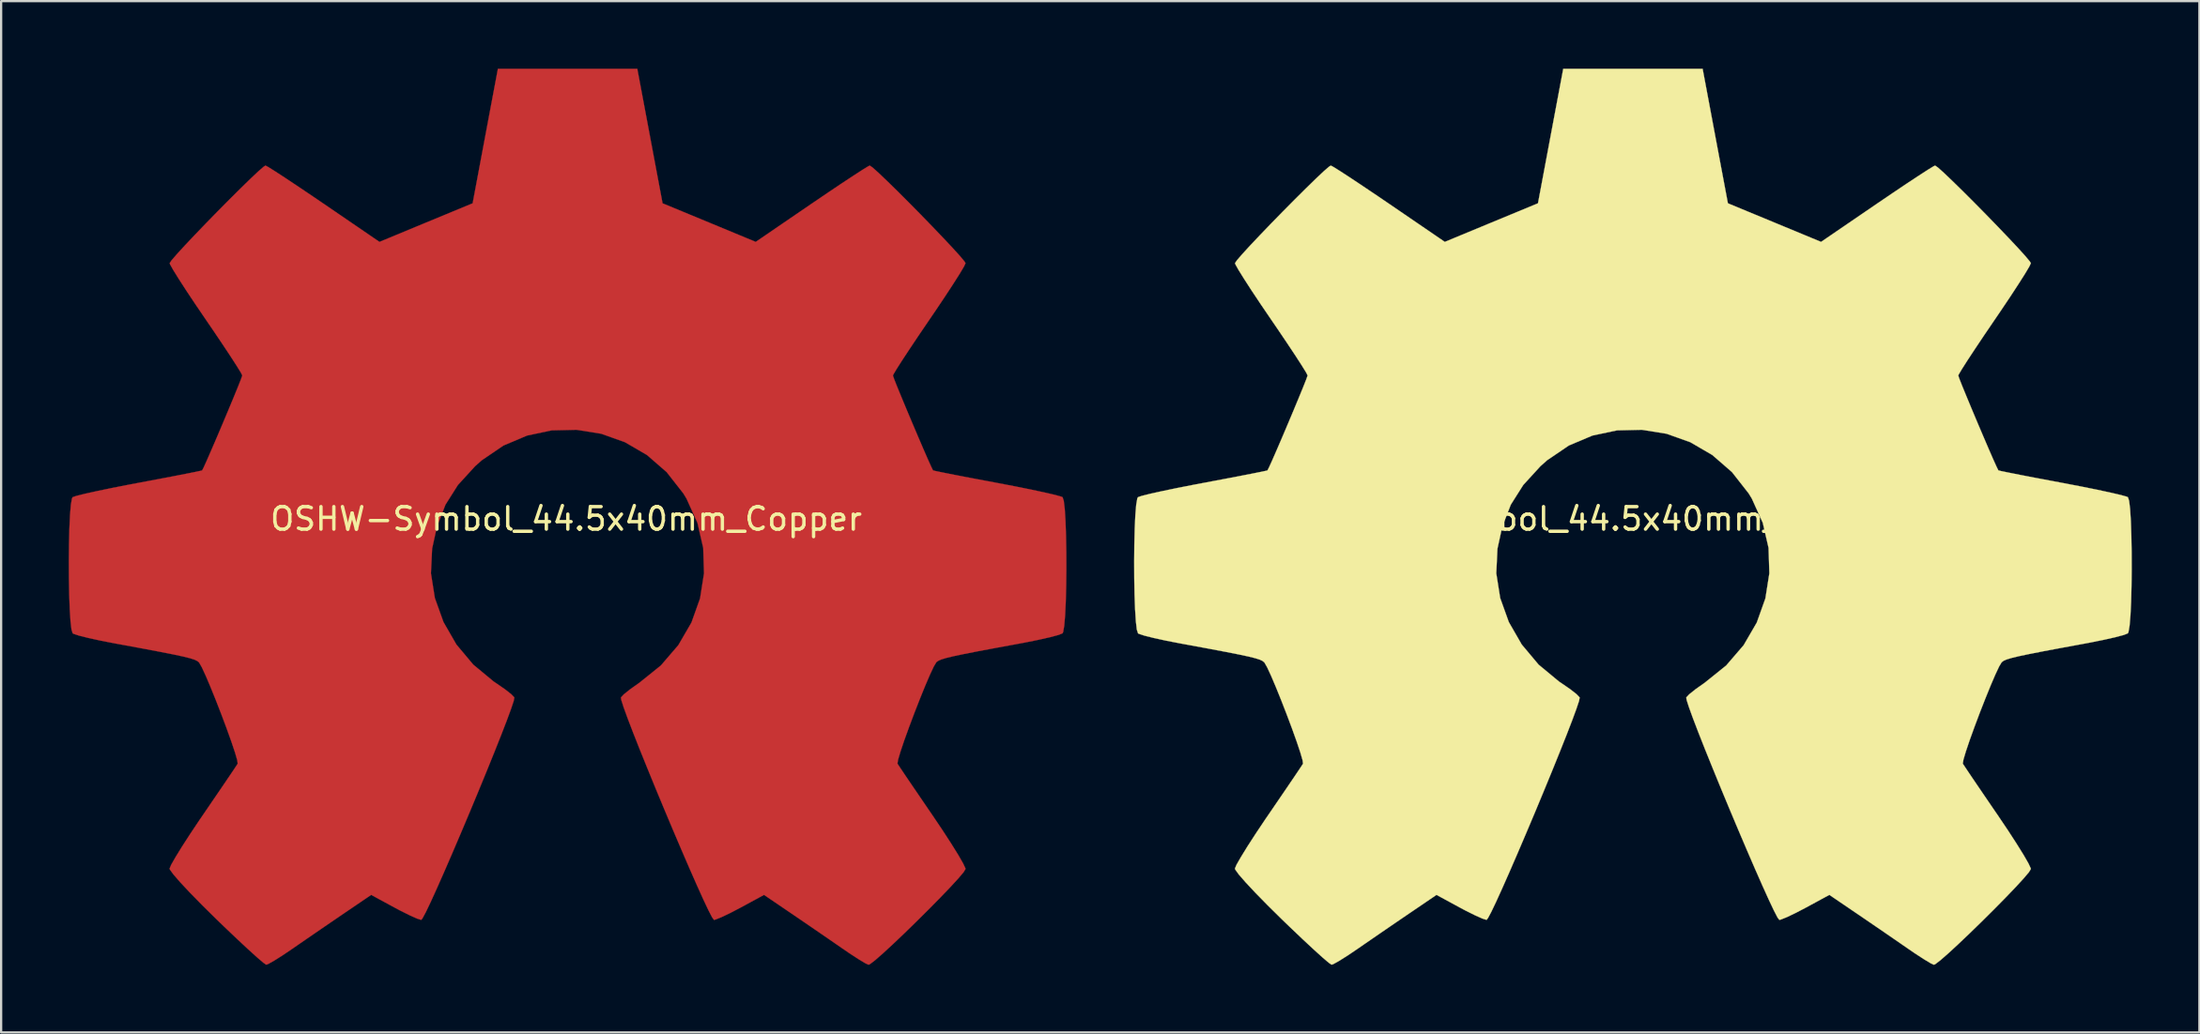
<source format=kicad_pcb>
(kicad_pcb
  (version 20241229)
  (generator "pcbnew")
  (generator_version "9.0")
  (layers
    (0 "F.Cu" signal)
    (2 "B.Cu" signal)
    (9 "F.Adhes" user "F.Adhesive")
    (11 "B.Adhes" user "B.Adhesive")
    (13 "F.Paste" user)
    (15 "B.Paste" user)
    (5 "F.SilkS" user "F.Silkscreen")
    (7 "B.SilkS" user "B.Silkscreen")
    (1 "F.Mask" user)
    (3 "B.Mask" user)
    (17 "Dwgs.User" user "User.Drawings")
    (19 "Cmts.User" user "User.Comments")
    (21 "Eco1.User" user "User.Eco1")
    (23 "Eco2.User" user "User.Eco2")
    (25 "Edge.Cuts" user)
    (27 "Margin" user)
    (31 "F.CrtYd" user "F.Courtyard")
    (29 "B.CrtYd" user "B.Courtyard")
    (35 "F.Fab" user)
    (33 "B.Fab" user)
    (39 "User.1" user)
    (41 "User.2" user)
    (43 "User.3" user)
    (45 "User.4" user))
  (footprint "OSHW-Symbol_44.5x40mm_SilkScreen"
    (layer "F.Cu")
    (at 69.34 19.989)
    (property "Reference" "OSHW-Symbol_44.5x40mm_SilkScreen" (at 0 0 0) (layer "F.SilkS") (effects (font (size 1 1) (thickness 0.15))))
    (attr exclude_from_pos_files exclude_from_bom)
    (fp_poly (pts (xy 3.714 -16.998) (xy 4.275 -14.012) (xy 6.342 -13.156) (xy 8.409 -12.299) (xy 10.888 -13.994) (xy 11.583 -14.466) (xy 12.21 -14.887) (xy 12.742 -15.238) (xy 13.148 -15.501) (xy 13.4 -15.655) (xy 13.469 -15.688) (xy 13.592 -15.603) (xy 13.857 -15.366) (xy 14.231 -15.009) (xy 14.688 -14.562) (xy 15.196 -14.054) (xy 15.726 -13.516) (xy 16.248 -12.978) (xy 16.733 -12.47) (xy 17.152 -12.023) (xy 17.475 -11.666) (xy 17.671 -11.431) (xy 17.718 -11.352) (xy 17.65 -11.207) (xy 17.461 -10.888) (xy 17.169 -10.428) (xy 16.796 -9.857) (xy 16.36 -9.207) (xy 16.107 -8.835) (xy 15.647 -8.158) (xy 15.238 -7.546) (xy 14.9 -7.032) (xy 14.653 -6.644) (xy 14.517 -6.413) (xy 14.497 -6.365) (xy 14.543 -6.227) (xy 14.669 -5.906) (xy 14.857 -5.448) (xy 15.086 -4.896) (xy 15.338 -4.296) (xy 15.594 -3.694) (xy 15.834 -3.134) (xy 16.04 -2.661) (xy 16.193 -2.322) (xy 16.273 -2.159) (xy 16.278 -2.153) (xy 16.403 -2.122) (xy 16.738 -2.053) (xy 17.247 -1.952) (xy 17.896 -1.827) (xy 18.65 -1.685) (xy 19.089 -1.602) (xy 19.895 -1.448) (xy 20.622 -1.302) (xy 21.235 -1.17) (xy 21.696 -1.063) (xy 21.969 -0.987) (xy 22.024 -0.963) (xy 22.077 -0.799) (xy 22.121 -0.43) (xy 22.154 0.101) (xy 22.176 0.752) (xy 22.189 1.479) (xy 22.191 2.239) (xy 22.183 2.989) (xy 22.165 3.686) (xy 22.136 4.286) (xy 22.097 4.747) (xy 22.049 5.025) (xy 22.02 5.082) (xy 21.845 5.152) (xy 21.475 5.251) (xy 20.958 5.368) (xy 20.344 5.492) (xy 20.13 5.532) (xy 19.097 5.722) (xy 18.28 5.875) (xy 17.654 5.998) (xy 17.191 6.095) (xy 16.864 6.174) (xy 16.646 6.24) (xy 16.511 6.299) (xy 16.431 6.358) (xy 16.42 6.37) (xy 16.308 6.557) (xy 16.137 6.922) (xy 15.924 7.419) (xy 15.687 8.005) (xy 15.441 8.634) (xy 15.206 9.261) (xy 14.996 9.843) (xy 14.831 10.334) (xy 14.726 10.689) (xy 14.698 10.865) (xy 14.7 10.871) (xy 14.794 11.014) (xy 15.005 11.33) (xy 15.313 11.785) (xy 15.695 12.346) (xy 16.128 12.981) (xy 16.252 13.162) (xy 16.692 13.816) (xy 17.079 14.413) (xy 17.393 14.918) (xy 17.611 15.298) (xy 17.713 15.517) (xy 17.718 15.544) (xy 17.632 15.686) (xy 17.395 15.966) (xy 17.037 16.356) (xy 16.588 16.824) (xy 16.08 17.34) (xy 15.542 17.875) (xy 15.005 18.398) (xy 14.5 18.879) (xy 14.057 19.288) (xy 13.706 19.595) (xy 13.479 19.769) (xy 13.416 19.797) (xy 13.27 19.73) (xy 12.97 19.549) (xy 12.566 19.286) (xy 12.255 19.073) (xy 11.692 18.684) (xy 11.024 18.225) (xy 10.355 17.767) (xy 9.995 17.522) (xy 8.777 16.694) (xy 7.755 17.249) (xy 7.289 17.493) (xy 6.893 17.682) (xy 6.625 17.79) (xy 6.557 17.805) (xy 6.475 17.694) (xy 6.313 17.381) (xy 6.083 16.894) (xy 5.798 16.263) (xy 5.469 15.516) (xy 5.109 14.682) (xy 4.729 13.79) (xy 4.342 12.869) (xy 3.96 11.949) (xy 3.595 11.056) (xy 3.258 10.222) (xy 2.963 9.474) (xy 2.721 8.841) (xy 2.544 8.353) (xy 2.444 8.038) (xy 2.428 7.93) (xy 2.555 7.792) (xy 2.834 7.568) (xy 3.206 7.305) (xy 3.237 7.284) (xy 4.199 6.51) (xy 4.974 5.608) (xy 5.556 4.606) (xy 5.939 3.532) (xy 6.115 2.416) (xy 6.079 1.286) (xy 5.822 0.172) (xy 5.339 -0.898) (xy 5.197 -1.132) (xy 4.457 -2.077) (xy 3.584 -2.836) (xy 2.607 -3.405) (xy 1.556 -3.78) (xy 0.462 -3.956) (xy -0.646 -3.931) (xy -1.736 -3.7) (xy -2.78 -3.259) (xy -3.745 -2.604) (xy -4.044 -2.338) (xy -4.804 -1.506) (xy -5.358 -0.63) (xy -5.738 0.351) (xy -5.95 1.324) (xy -6.002 2.417) (xy -5.828 3.515) (xy -5.445 4.582) (xy -4.871 5.58) (xy -4.123 6.472) (xy -3.22 7.221) (xy -3.102 7.3) (xy -2.726 7.559) (xy -2.44 7.783) (xy -2.303 7.926) (xy -2.301 7.93) (xy -2.33 8.085) (xy -2.447 8.436) (xy -2.638 8.955) (xy -2.892 9.612) (xy -3.197 10.379) (xy -3.54 11.227) (xy -3.91 12.127) (xy -4.294 13.05) (xy -4.681 13.967) (xy -5.058 14.85) (xy -5.413 15.669) (xy -5.734 16.396) (xy -6.009 17.001) (xy -6.226 17.456) (xy -6.374 17.732) (xy -6.433 17.805) (xy -6.614 17.748) (xy -6.952 17.597) (xy -7.39 17.378) (xy -7.631 17.249) (xy -8.653 16.694) (xy -9.871 17.522) (xy -10.493 17.946) (xy -11.174 18.413) (xy -11.812 18.852) (xy -12.131 19.073) (xy -12.581 19.377) (xy -12.961 19.617) (xy -13.223 19.764) (xy -13.308 19.795) (xy -13.432 19.711) (xy -13.706 19.477) (xy -14.104 19.117) (xy -14.599 18.656) (xy -15.165 18.117) (xy -15.522 17.772) (xy -16.148 17.154) (xy -16.689 16.601) (xy -17.123 16.137) (xy -17.428 15.786) (xy -17.583 15.571) (xy -17.598 15.527) (xy -17.529 15.361) (xy -17.338 15.026) (xy -17.048 14.554) (xy -16.678 13.981) (xy -16.25 13.34) (xy -16.128 13.162) (xy -15.684 12.512) (xy -15.286 11.928) (xy -14.956 11.441) (xy -14.716 11.084) (xy -14.589 10.891) (xy -14.576 10.871) (xy -14.595 10.717) (xy -14.693 10.378) (xy -14.853 9.899) (xy -15.058 9.325) (xy -15.292 8.7) (xy -15.537 8.069) (xy -15.776 7.477) (xy -15.992 6.968) (xy -16.168 6.588) (xy -16.287 6.38) (xy -16.296 6.37) (xy -16.368 6.31) (xy -16.491 6.251) (xy -16.691 6.187) (xy -16.995 6.111) (xy -17.43 6.018) (xy -18.024 5.901) (xy -18.802 5.754) (xy -19.792 5.571) (xy -20.006 5.532) (xy -20.641 5.409) (xy -21.195 5.288) (xy -21.619 5.182) (xy -21.863 5.101) (xy -21.896 5.082) (xy -21.95 4.916) (xy -21.993 4.545) (xy -22.027 4.012) (xy -22.051 3.36) (xy -22.064 2.632) (xy -22.067 1.872) (xy -22.06 1.122) (xy -22.043 0.427) (xy -22.015 -0.172) (xy -21.977 -0.631) (xy -21.929 -0.906) (xy -21.9 -0.963) (xy -21.738 -1.019) (xy -21.368 -1.112) (xy -20.828 -1.232) (xy -20.155 -1.372) (xy -19.385 -1.523) (xy -18.965 -1.602) (xy -18.169 -1.752) (xy -17.46 -1.887) (xy -16.871 -2.002) (xy -16.437 -2.089) (xy -16.194 -2.141) (xy -16.154 -2.153) (xy -16.086 -2.284) (xy -15.943 -2.6) (xy -15.744 -3.056) (xy -15.507 -3.606) (xy -15.253 -4.205) (xy -14.999 -4.809) (xy -14.765 -5.372) (xy -14.57 -5.848) (xy -14.433 -6.194) (xy -14.374 -6.363) (xy -14.373 -6.371) (xy -14.44 -6.504) (xy -14.63 -6.811) (xy -14.921 -7.262) (xy -15.295 -7.825) (xy -15.73 -8.47) (xy -15.983 -8.84) (xy -16.445 -9.52) (xy -16.855 -10.136) (xy -17.193 -10.66) (xy -17.44 -11.058) (xy -17.575 -11.299) (xy -17.594 -11.354) (xy -17.51 -11.48) (xy -17.278 -11.749) (xy -16.928 -12.132) (xy -16.489 -12.597) (xy -15.991 -13.116) (xy -15.464 -13.656) (xy -14.936 -14.189) (xy -14.438 -14.684) (xy -14 -15.111) (xy -13.651 -15.44) (xy -13.42 -15.64) (xy -13.342 -15.688) (xy -13.217 -15.621) (xy -12.916 -15.432) (xy -12.469 -15.141) (xy -11.906 -14.766) (xy -11.255 -14.328) (xy -10.764 -13.994) (xy -8.285 -12.299) (xy -6.218 -13.156) (xy -4.151 -14.012) (xy -3.591 -16.998) (xy -3.03 -19.984) (xy 3.154 -19.984) (xy 3.714 -16.998)) (stroke (width 0.01) (type solid)) (fill yes) (layer "F.SilkS")))
  (footprint "OSHW-Symbol_44.5x40mm_Copper"
    (layer "F.Cu")
    (at 22.072 19.989)
    (property "Reference" "OSHW-Symbol_44.5x40mm_Copper" (at 0 0 0) (layer "F.SilkS") (effects (font (size 1 1) (thickness 0.15))))
    (attr exclude_from_pos_files exclude_from_bom)
    (fp_poly (pts (xy 3.714 -16.998) (xy 4.275 -14.012) (xy 6.342 -13.156) (xy 8.409 -12.299) (xy 10.888 -13.994) (xy 11.583 -14.466) (xy 12.21 -14.887) (xy 12.742 -15.238) (xy 13.148 -15.501) (xy 13.4 -15.655) (xy 13.469 -15.688) (xy 13.592 -15.603) (xy 13.857 -15.366) (xy 14.231 -15.009) (xy 14.688 -14.562) (xy 15.196 -14.054) (xy 15.726 -13.516) (xy 16.248 -12.978) (xy 16.733 -12.47) (xy 17.152 -12.023) (xy 17.475 -11.666) (xy 17.671 -11.431) (xy 17.718 -11.352) (xy 17.65 -11.207) (xy 17.461 -10.888) (xy 17.169 -10.428) (xy 16.796 -9.857) (xy 16.36 -9.207) (xy 16.107 -8.835) (xy 15.647 -8.158) (xy 15.238 -7.546) (xy 14.9 -7.032) (xy 14.653 -6.644) (xy 14.517 -6.413) (xy 14.497 -6.365) (xy 14.543 -6.227) (xy 14.669 -5.906) (xy 14.857 -5.448) (xy 15.086 -4.896) (xy 15.338 -4.296) (xy 15.594 -3.694) (xy 15.834 -3.134) (xy 16.04 -2.661) (xy 16.193 -2.322) (xy 16.273 -2.159) (xy 16.278 -2.153) (xy 16.403 -2.122) (xy 16.738 -2.053) (xy 17.247 -1.952) (xy 17.896 -1.827) (xy 18.65 -1.685) (xy 19.089 -1.602) (xy 19.895 -1.448) (xy 20.622 -1.302) (xy 21.235 -1.17) (xy 21.696 -1.063) (xy 21.969 -0.987) (xy 22.024 -0.963) (xy 22.077 -0.799) (xy 22.121 -0.43) (xy 22.154 0.101) (xy 22.176 0.752) (xy 22.189 1.479) (xy 22.191 2.239) (xy 22.183 2.989) (xy 22.165 3.686) (xy 22.136 4.286) (xy 22.097 4.747) (xy 22.049 5.025) (xy 22.02 5.082) (xy 21.845 5.152) (xy 21.475 5.251) (xy 20.958 5.368) (xy 20.344 5.492) (xy 20.13 5.532) (xy 19.097 5.722) (xy 18.28 5.875) (xy 17.654 5.998) (xy 17.191 6.095) (xy 16.864 6.174) (xy 16.646 6.24) (xy 16.511 6.299) (xy 16.431 6.358) (xy 16.42 6.37) (xy 16.308 6.557) (xy 16.137 6.922) (xy 15.924 7.419) (xy 15.687 8.005) (xy 15.441 8.634) (xy 15.206 9.261) (xy 14.996 9.843) (xy 14.831 10.334) (xy 14.726 10.689) (xy 14.698 10.865) (xy 14.7 10.871) (xy 14.794 11.014) (xy 15.005 11.33) (xy 15.313 11.785) (xy 15.695 12.346) (xy 16.128 12.981) (xy 16.252 13.162) (xy 16.692 13.816) (xy 17.079 14.413) (xy 17.393 14.918) (xy 17.611 15.298) (xy 17.713 15.517) (xy 17.718 15.544) (xy 17.632 15.686) (xy 17.395 15.966) (xy 17.037 16.356) (xy 16.588 16.824) (xy 16.08 17.34) (xy 15.542 17.875) (xy 15.005 18.398) (xy 14.5 18.879) (xy 14.057 19.288) (xy 13.706 19.595) (xy 13.479 19.769) (xy 13.416 19.797) (xy 13.27 19.73) (xy 12.97 19.549) (xy 12.566 19.286) (xy 12.255 19.073) (xy 11.692 18.684) (xy 11.024 18.225) (xy 10.355 17.767) (xy 9.995 17.522) (xy 8.777 16.694) (xy 7.755 17.249) (xy 7.289 17.493) (xy 6.893 17.682) (xy 6.625 17.79) (xy 6.557 17.805) (xy 6.475 17.694) (xy 6.313 17.381) (xy 6.083 16.894) (xy 5.798 16.263) (xy 5.469 15.516) (xy 5.109 14.682) (xy 4.729 13.79) (xy 4.342 12.869) (xy 3.96 11.949) (xy 3.595 11.056) (xy 3.258 10.222) (xy 2.963 9.474) (xy 2.721 8.841) (xy 2.544 8.353) (xy 2.444 8.038) (xy 2.428 7.93) (xy 2.555 7.792) (xy 2.834 7.568) (xy 3.206 7.305) (xy 3.237 7.284) (xy 4.199 6.51) (xy 4.974 5.608) (xy 5.556 4.606) (xy 5.939 3.532) (xy 6.115 2.416) (xy 6.079 1.286) (xy 5.822 0.172) (xy 5.339 -0.898) (xy 5.197 -1.132) (xy 4.457 -2.077) (xy 3.584 -2.836) (xy 2.607 -3.405) (xy 1.556 -3.78) (xy 0.462 -3.956) (xy -0.646 -3.931) (xy -1.736 -3.7) (xy -2.78 -3.259) (xy -3.745 -2.604) (xy -4.044 -2.338) (xy -4.804 -1.506) (xy -5.358 -0.63) (xy -5.738 0.351) (xy -5.95 1.324) (xy -6.002 2.417) (xy -5.828 3.515) (xy -5.445 4.582) (xy -4.871 5.58) (xy -4.123 6.472) (xy -3.22 7.221) (xy -3.102 7.3) (xy -2.726 7.559) (xy -2.44 7.783) (xy -2.303 7.926) (xy -2.301 7.93) (xy -2.33 8.085) (xy -2.447 8.436) (xy -2.638 8.955) (xy -2.892 9.612) (xy -3.197 10.379) (xy -3.54 11.227) (xy -3.91 12.127) (xy -4.294 13.05) (xy -4.681 13.967) (xy -5.058 14.85) (xy -5.413 15.669) (xy -5.734 16.396) (xy -6.009 17.001) (xy -6.226 17.456) (xy -6.374 17.732) (xy -6.433 17.805) (xy -6.614 17.748) (xy -6.952 17.597) (xy -7.39 17.378) (xy -7.631 17.249) (xy -8.653 16.694) (xy -9.871 17.522) (xy -10.493 17.946) (xy -11.174 18.413) (xy -11.812 18.852) (xy -12.131 19.073) (xy -12.581 19.377) (xy -12.961 19.617) (xy -13.223 19.764) (xy -13.308 19.795) (xy -13.432 19.711) (xy -13.706 19.477) (xy -14.104 19.117) (xy -14.599 18.656) (xy -15.165 18.117) (xy -15.522 17.772) (xy -16.148 17.154) (xy -16.689 16.601) (xy -17.123 16.137) (xy -17.428 15.786) (xy -17.583 15.571) (xy -17.598 15.527) (xy -17.529 15.361) (xy -17.338 15.026) (xy -17.048 14.554) (xy -16.678 13.981) (xy -16.25 13.34) (xy -16.128 13.162) (xy -15.684 12.512) (xy -15.286 11.928) (xy -14.956 11.441) (xy -14.716 11.084) (xy -14.589 10.891) (xy -14.576 10.871) (xy -14.595 10.717) (xy -14.693 10.378) (xy -14.853 9.899) (xy -15.058 9.325) (xy -15.292 8.7) (xy -15.537 8.069) (xy -15.776 7.477) (xy -15.992 6.968) (xy -16.168 6.588) (xy -16.287 6.38) (xy -16.296 6.37) (xy -16.368 6.31) (xy -16.491 6.251) (xy -16.691 6.187) (xy -16.995 6.111) (xy -17.43 6.018) (xy -18.024 5.901) (xy -18.802 5.754) (xy -19.792 5.571) (xy -20.006 5.532) (xy -20.641 5.409) (xy -21.195 5.288) (xy -21.619 5.182) (xy -21.863 5.101) (xy -21.896 5.082) (xy -21.95 4.916) (xy -21.993 4.545) (xy -22.027 4.012) (xy -22.051 3.36) (xy -22.064 2.632) (xy -22.067 1.872) (xy -22.06 1.122) (xy -22.043 0.427) (xy -22.015 -0.172) (xy -21.977 -0.631) (xy -21.929 -0.906) (xy -21.9 -0.963) (xy -21.738 -1.019) (xy -21.368 -1.112) (xy -20.828 -1.232) (xy -20.155 -1.372) (xy -19.385 -1.523) (xy -18.965 -1.602) (xy -18.169 -1.752) (xy -17.46 -1.887) (xy -16.871 -2.002) (xy -16.437 -2.089) (xy -16.194 -2.141) (xy -16.154 -2.153) (xy -16.086 -2.284) (xy -15.943 -2.6) (xy -15.744 -3.056) (xy -15.507 -3.606) (xy -15.253 -4.205) (xy -14.999 -4.809) (xy -14.765 -5.372) (xy -14.57 -5.848) (xy -14.433 -6.194) (xy -14.374 -6.363) (xy -14.373 -6.371) (xy -14.44 -6.504) (xy -14.63 -6.811) (xy -14.921 -7.262) (xy -15.295 -7.825) (xy -15.73 -8.47) (xy -15.983 -8.84) (xy -16.445 -9.52) (xy -16.855 -10.136) (xy -17.193 -10.66) (xy -17.44 -11.058) (xy -17.575 -11.299) (xy -17.594 -11.354) (xy -17.51 -11.48) (xy -17.278 -11.749) (xy -16.928 -12.132) (xy -16.489 -12.597) (xy -15.991 -13.116) (xy -15.464 -13.656) (xy -14.936 -14.189) (xy -14.438 -14.684) (xy -14 -15.111) (xy -13.651 -15.44) (xy -13.42 -15.64) (xy -13.342 -15.688) (xy -13.217 -15.621) (xy -12.916 -15.432) (xy -12.469 -15.141) (xy -11.906 -14.766) (xy -11.255 -14.328) (xy -10.764 -13.994) (xy -8.285 -12.299) (xy -6.218 -13.156) (xy -4.151 -14.012) (xy -3.591 -16.998) (xy -3.03 -19.984) (xy 3.154 -19.984) (xy 3.714 -16.998)) (stroke (width 0.01) (type solid)) (fill yes) (layer "F.Cu")))
  (gr_rect
    (start -3 -3)
    (end 94.536 42.791)
    (stroke (width 0.1) (type default))
    (fill no)
    (layer "Edge.Cuts")))
</source>
